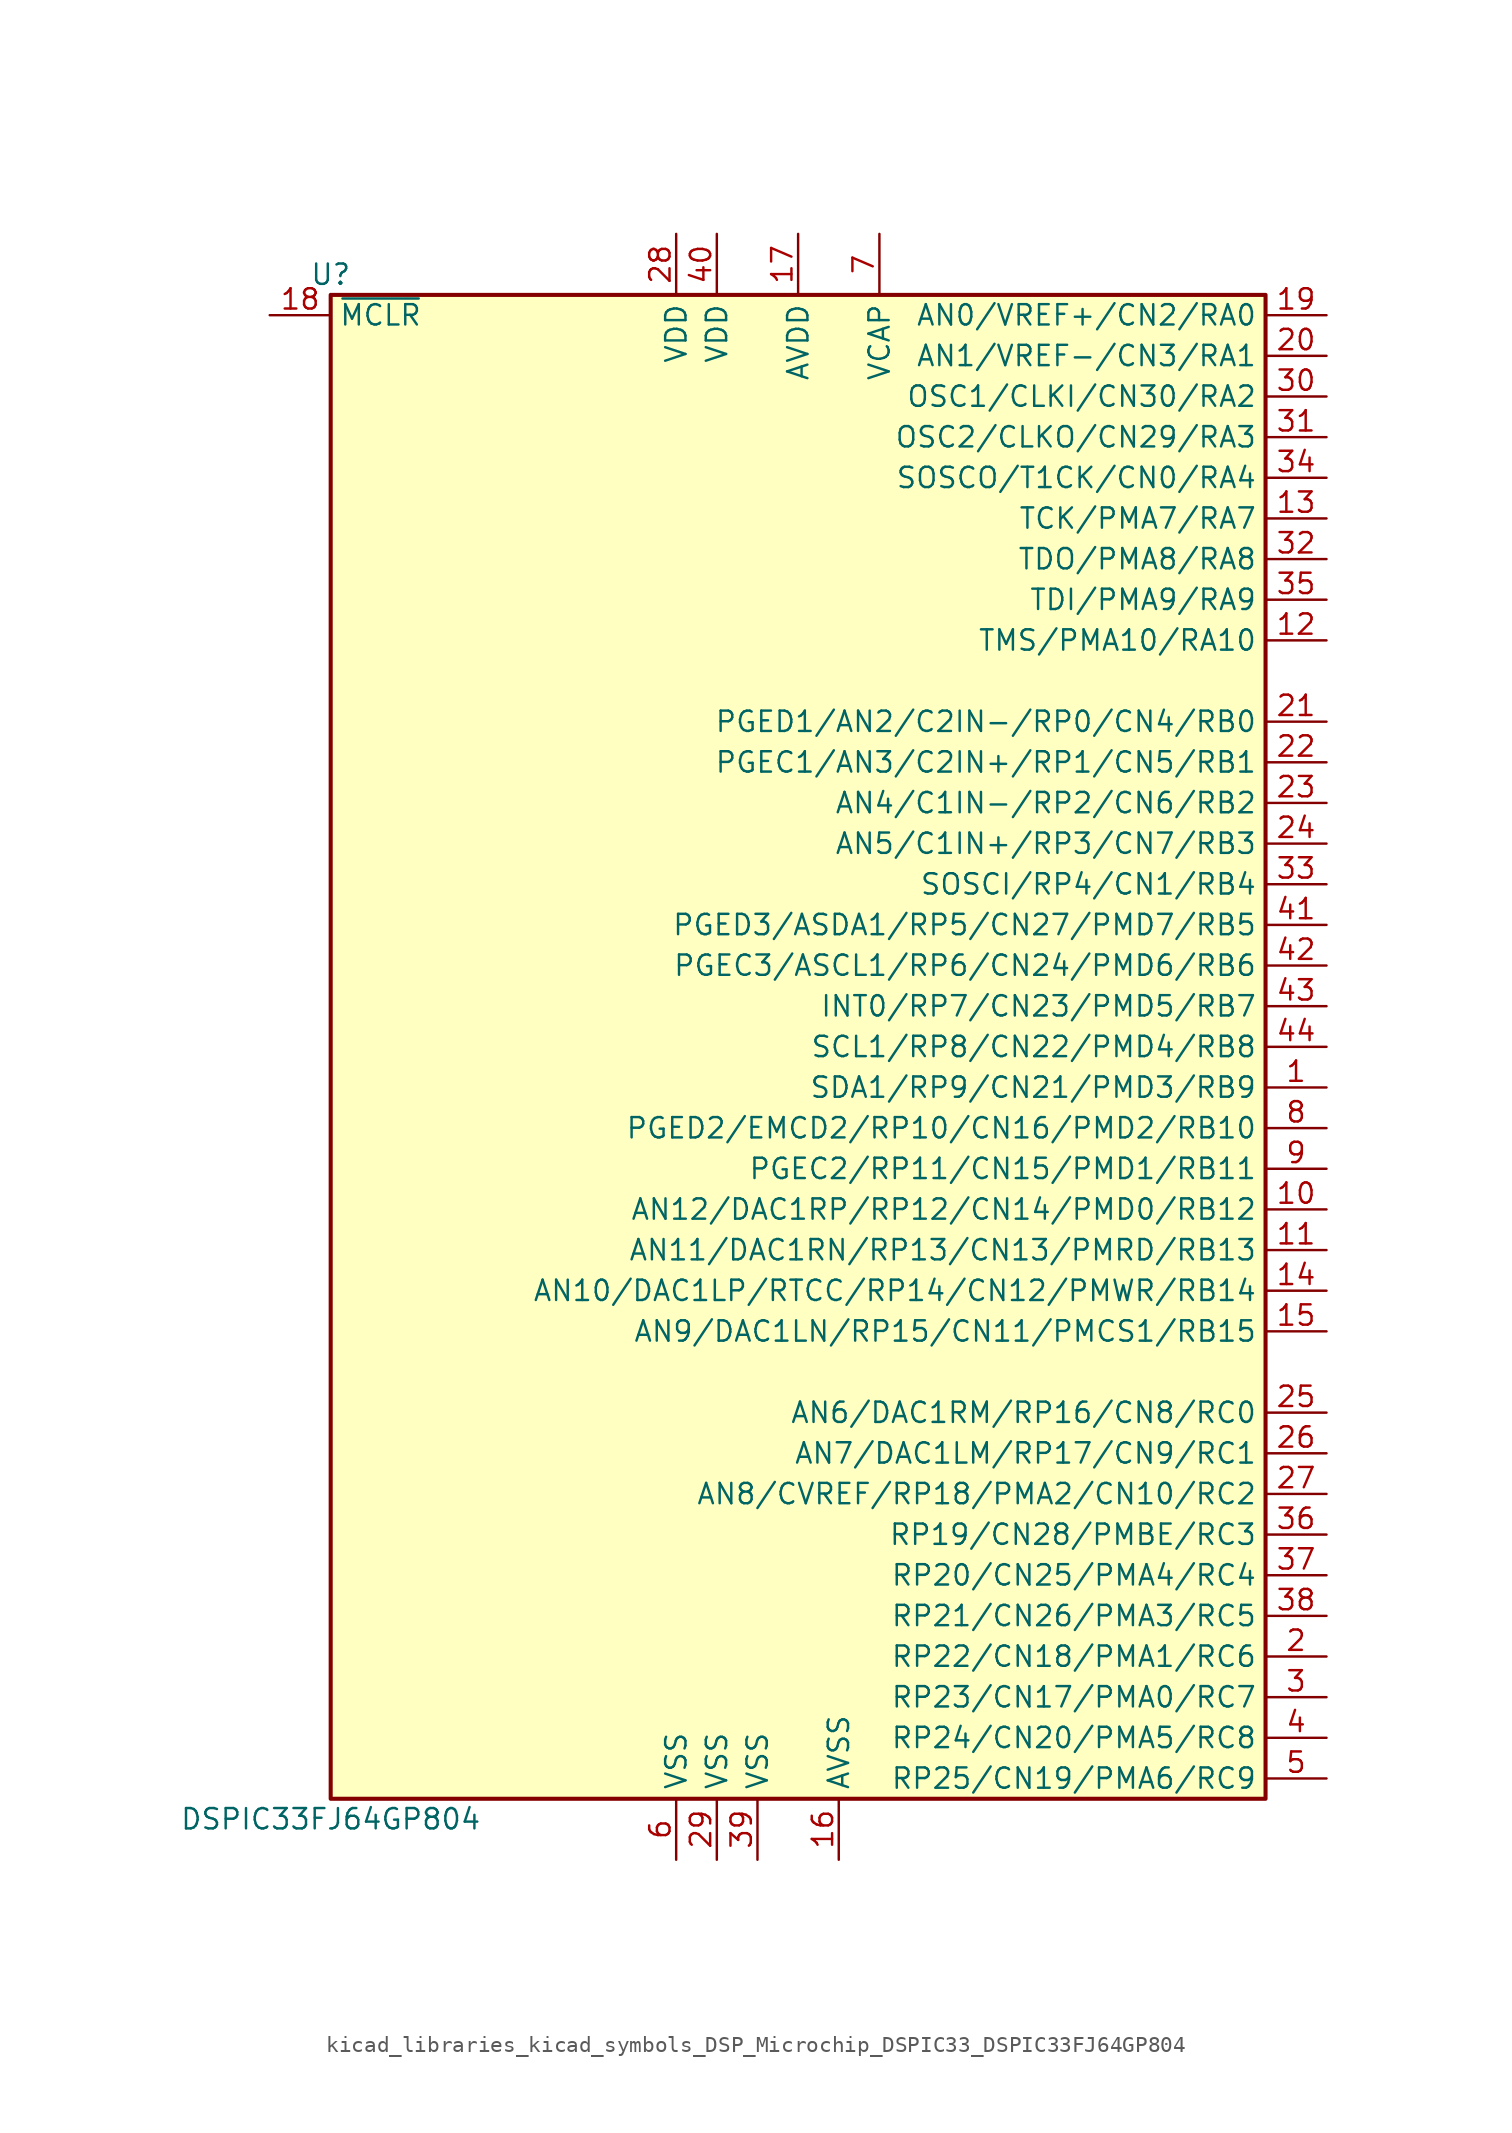
<source format=kicad_sym>
(kicad_symbol_lib
  (version 20220914)
  (generator kicad_symbol_editor)
  (symbol "kicad_libraries_kicad_symbols_DSP_Microchip_DSPIC33_DSPIC33FJ64GP804"
    (property "Reference" "U"
      (at -29.21 48.26 0)
      (effects (font (size 1.27 1.27))))
    (property "Value" "DSPIC33FJ64GP804"
      (at -29.21 -48.26 0)
      (effects (font (size 1.27 1.27))))
    (symbol "kicad_libraries_kicad_symbols_DSP_Microchip_DSPIC33_DSPIC33FJ64GP804_1_1"
      (rectangle (start -29.21 46.99) (end 29.21 -46.99) (stroke (width 0.254) (type default)) (fill (type background)))
      (pin bidirectional line (at 33.02 -2.54 180) (length 3.81) (name "SDA1/RP9/CN21/PMD3/RB9" (effects (font (size 1.27 1.27)))) (number "1" (effects (font (size 1.27 1.27)))))
      (pin bidirectional line (at 33.02 -10.16 180) (length 3.81) (name "AN12/DAC1RP/RP12/CN14/PMD0/RB12" (effects (font (size 1.27 1.27)))) (number "10" (effects (font (size 1.27 1.27)))))
      (pin bidirectional line (at 33.02 -12.7 180) (length 3.81) (name "AN11/DAC1RN/RP13/CN13/PMRD/RB13" (effects (font (size 1.27 1.27)))) (number "11" (effects (font (size 1.27 1.27)))))
      (pin bidirectional line (at 33.02 25.4 180) (length 3.81) (name "TMS/PMA10/RA10" (effects (font (size 1.27 1.27)))) (number "12" (effects (font (size 1.27 1.27)))))
      (pin bidirectional line (at 33.02 33.02 180) (length 3.81) (name "TCK/PMA7/RA7" (effects (font (size 1.27 1.27)))) (number "13" (effects (font (size 1.27 1.27)))))
      (pin bidirectional line (at 33.02 -15.24 180) (length 3.81) (name "AN10/DAC1LP/RTCC/RP14/CN12/PMWR/RB14" (effects (font (size 1.27 1.27)))) (number "14" (effects (font (size 1.27 1.27)))))
      (pin bidirectional line (at 33.02 -17.78 180) (length 3.81) (name "AN9/DAC1LN/RP15/CN11/PMCS1/RB15" (effects (font (size 1.27 1.27)))) (number "15" (effects (font (size 1.27 1.27)))))
      (pin power_in line (at 2.54 -50.8 90) (length 3.81) (name "AVSS" (effects (font (size 1.27 1.27)))) (number "16" (effects (font (size 1.27 1.27)))))
      (pin power_in line (at 0 50.8 270) (length 3.81) (name "AVDD" (effects (font (size 1.27 1.27)))) (number "17" (effects (font (size 1.27 1.27)))))
      (pin input line (at -33.02 45.72 0) (length 3.81) (name "~{MCLR}" (effects (font (size 1.27 1.27)))) (number "18" (effects (font (size 1.27 1.27)))))
      (pin bidirectional line (at 33.02 45.72 180) (length 3.81) (name "AN0/VREF+/CN2/RA0" (effects (font (size 1.27 1.27)))) (number "19" (effects (font (size 1.27 1.27)))))
      (pin bidirectional line (at 33.02 -38.1 180) (length 3.81) (name "RP22/CN18/PMA1/RC6" (effects (font (size 1.27 1.27)))) (number "2" (effects (font (size 1.27 1.27)))))
      (pin bidirectional line (at 33.02 43.18 180) (length 3.81) (name "AN1/VREF-/CN3/RA1" (effects (font (size 1.27 1.27)))) (number "20" (effects (font (size 1.27 1.27)))))
      (pin bidirectional line (at 33.02 20.32 180) (length 3.81) (name "PGED1/AN2/C2IN-/RP0/CN4/RB0" (effects (font (size 1.27 1.27)))) (number "21" (effects (font (size 1.27 1.27)))))
      (pin bidirectional line (at 33.02 17.78 180) (length 3.81) (name "PGEC1/AN3/C2IN+/RP1/CN5/RB1" (effects (font (size 1.27 1.27)))) (number "22" (effects (font (size 1.27 1.27)))))
      (pin bidirectional line (at 33.02 15.24 180) (length 3.81) (name "AN4/C1IN-/RP2/CN6/RB2" (effects (font (size 1.27 1.27)))) (number "23" (effects (font (size 1.27 1.27)))))
      (pin bidirectional line (at 33.02 12.7 180) (length 3.81) (name "AN5/C1IN+/RP3/CN7/RB3" (effects (font (size 1.27 1.27)))) (number "24" (effects (font (size 1.27 1.27)))))
      (pin bidirectional line (at 33.02 -22.86 180) (length 3.81) (name "AN6/DAC1RM/RP16/CN8/RC0" (effects (font (size 1.27 1.27)))) (number "25" (effects (font (size 1.27 1.27)))))
      (pin bidirectional line (at 33.02 -25.4 180) (length 3.81) (name "AN7/DAC1LM/RP17/CN9/RC1" (effects (font (size 1.27 1.27)))) (number "26" (effects (font (size 1.27 1.27)))))
      (pin bidirectional line (at 33.02 -27.94 180) (length 3.81) (name "AN8/CVREF/RP18/PMA2/CN10/RC2" (effects (font (size 1.27 1.27)))) (number "27" (effects (font (size 1.27 1.27)))))
      (pin power_in line (at -7.62 50.8 270) (length 3.81) (name "VDD" (effects (font (size 1.27 1.27)))) (number "28" (effects (font (size 1.27 1.27)))))
      (pin power_in line (at -5.08 -50.8 90) (length 3.81) (name "VSS" (effects (font (size 1.27 1.27)))) (number "29" (effects (font (size 1.27 1.27)))))
      (pin bidirectional line (at 33.02 -40.64 180) (length 3.81) (name "RP23/CN17/PMA0/RC7" (effects (font (size 1.27 1.27)))) (number "3" (effects (font (size 1.27 1.27)))))
      (pin input line (at 33.02 40.64 180) (length 3.81) (name "OSC1/CLKI/CN30/RA2" (effects (font (size 1.27 1.27)))) (number "30" (effects (font (size 1.27 1.27)))))
      (pin input line (at 33.02 38.1 180) (length 3.81) (name "OSC2/CLKO/CN29/RA3" (effects (font (size 1.27 1.27)))) (number "31" (effects (font (size 1.27 1.27)))))
      (pin input line (at 33.02 30.48 180) (length 3.81) (name "TDO/PMA8/RA8" (effects (font (size 1.27 1.27)))) (number "32" (effects (font (size 1.27 1.27)))))
      (pin input line (at 33.02 10.16 180) (length 3.81) (name "SOSCI/RP4/CN1/RB4" (effects (font (size 1.27 1.27)))) (number "33" (effects (font (size 1.27 1.27)))))
      (pin input line (at 33.02 35.56 180) (length 3.81) (name "SOSCO/T1CK/CN0/RA4" (effects (font (size 1.27 1.27)))) (number "34" (effects (font (size 1.27 1.27)))))
      (pin input line (at 33.02 27.94 180) (length 3.81) (name "TDI/PMA9/RA9" (effects (font (size 1.27 1.27)))) (number "35" (effects (font (size 1.27 1.27)))))
      (pin input line (at 33.02 -30.48 180) (length 3.81) (name "RP19/CN28/PMBE/RC3" (effects (font (size 1.27 1.27)))) (number "36" (effects (font (size 1.27 1.27)))))
      (pin input line (at 33.02 -33.02 180) (length 3.81) (name "RP20/CN25/PMA4/RC4" (effects (font (size 1.27 1.27)))) (number "37" (effects (font (size 1.27 1.27)))))
      (pin input line (at 33.02 -35.56 180) (length 3.81) (name "RP21/CN26/PMA3/RC5" (effects (font (size 1.27 1.27)))) (number "38" (effects (font (size 1.27 1.27)))))
      (pin power_in line (at -2.54 -50.8 90) (length 3.81) (name "VSS" (effects (font (size 1.27 1.27)))) (number "39" (effects (font (size 1.27 1.27)))))
      (pin bidirectional line (at 33.02 -43.18 180) (length 3.81) (name "RP24/CN20/PMA5/RC8" (effects (font (size 1.27 1.27)))) (number "4" (effects (font (size 1.27 1.27)))))
      (pin power_in line (at -5.08 50.8 270) (length 3.81) (name "VDD" (effects (font (size 1.27 1.27)))) (number "40" (effects (font (size 1.27 1.27)))))
      (pin input line (at 33.02 7.62 180) (length 3.81) (name "PGED3/ASDA1/RP5/CN27/PMD7/RB5" (effects (font (size 1.27 1.27)))) (number "41" (effects (font (size 1.27 1.27)))))
      (pin input line (at 33.02 5.08 180) (length 3.81) (name "PGEC3/ASCL1/RP6/CN24/PMD6/RB6" (effects (font (size 1.27 1.27)))) (number "42" (effects (font (size 1.27 1.27)))))
      (pin input line (at 33.02 2.54 180) (length 3.81) (name "INT0/RP7/CN23/PMD5/RB7" (effects (font (size 1.27 1.27)))) (number "43" (effects (font (size 1.27 1.27)))))
      (pin input line (at 33.02 0 180) (length 3.81) (name "SCL1/RP8/CN22/PMD4/RB8" (effects (font (size 1.27 1.27)))) (number "44" (effects (font (size 1.27 1.27)))))
      (pin bidirectional line (at 33.02 -45.72 180) (length 3.81) (name "RP25/CN19/PMA6/RC9" (effects (font (size 1.27 1.27)))) (number "5" (effects (font (size 1.27 1.27)))))
      (pin power_in line (at -7.62 -50.8 90) (length 3.81) (name "VSS" (effects (font (size 1.27 1.27)))) (number "6" (effects (font (size 1.27 1.27)))))
      (pin power_in line (at 5.08 50.8 270) (length 3.81) (name "VCAP" (effects (font (size 1.27 1.27)))) (number "7" (effects (font (size 1.27 1.27)))))
      (pin bidirectional line (at 33.02 -5.08 180) (length 3.81) (name "PGED2/EMCD2/RP10/CN16/PMD2/RB10" (effects (font (size 1.27 1.27)))) (number "8" (effects (font (size 1.27 1.27)))))
      (pin bidirectional line (at 33.02 -7.62 180) (length 3.81) (name "PGEC2/RP11/CN15/PMD1/RB11" (effects (font (size 1.27 1.27)))) (number "9" (effects (font (size 1.27 1.27))))))))
</source>
